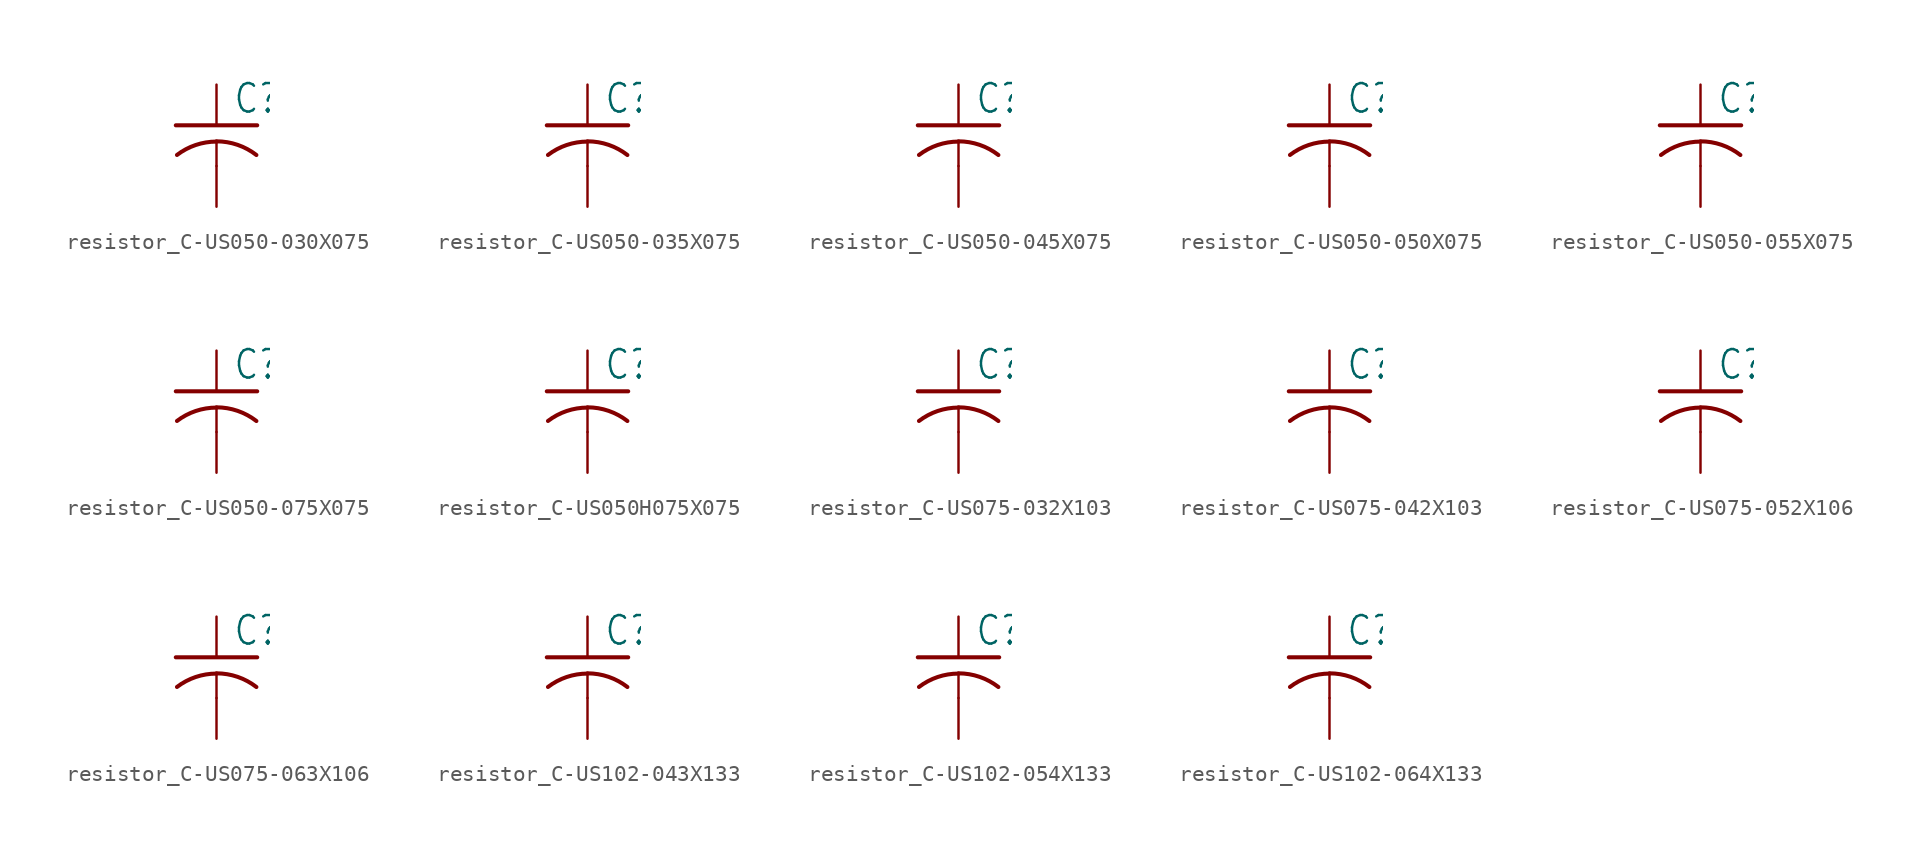
<source format=kicad_sym>
(kicad_symbol_lib
  (version 20231120)
  (generator "kicad_symbol_editor")
  (generator_version "8.0")
  (symbol "resistor_C-US050-030X075"
    (property "Reference" "C"
      (at 1.016 0.635 0)
      (effects (font (size 1.778 1.511)) (justify left bottom)))
    (property "Value" ""
      (at 1.016 -4.191 0)
      (effects (font (size 1.778 1.511)) (justify left bottom)))
    (property "ki_locked" ""
      (at 0 0 0)
      (effects (font (size 1.27 1.27))))
    (symbol "resistor_C-US050-030X075_1_0"
      (arc (start 0 -1.0161) (mid -1.302 -1.2303) (end -2.4668 -1.8504) (stroke (width 0.254) (type solid)) (fill (type none)))
      (polyline (pts (xy -2.54 0) (xy 2.54 0)) (stroke (width 0.254) (type solid)) (fill (type none)))
      (polyline (pts (xy 0 -1.016) (xy 0 -2.54)) (stroke (width 0.152) (type solid)) (fill (type none)))
      (arc (start 2.4892 -1.8541) (mid 1.3158 -1.2194) (end 0 -1) (stroke (width 0.254) (type solid)) (fill (type none)))
      (pin passive line (at 0 2.54 270) (length 2.54) (name "1" (effects (font (size 0 0)))) (number "1" (effects (font (size 0 0)))))
      (pin passive line (at 0 -5.08 90) (length 2.54) (name "2" (effects (font (size 0 0)))) (number "2" (effects (font (size 0 0)))))))
  (symbol "resistor_C-US050-035X075"
    (property "Reference" "C"
      (at 1.016 0.635 0)
      (effects (font (size 1.778 1.511)) (justify left bottom)))
    (property "Value" ""
      (at 1.016 -4.191 0)
      (effects (font (size 1.778 1.511)) (justify left bottom)))
    (property "ki_locked" ""
      (at 0 0 0)
      (effects (font (size 1.27 1.27))))
    (symbol "resistor_C-US050-035X075_1_0"
      (arc (start 0 -1.0161) (mid -1.302 -1.2303) (end -2.4668 -1.8504) (stroke (width 0.254) (type solid)) (fill (type none)))
      (polyline (pts (xy -2.54 0) (xy 2.54 0)) (stroke (width 0.254) (type solid)) (fill (type none)))
      (polyline (pts (xy 0 -1.016) (xy 0 -2.54)) (stroke (width 0.152) (type solid)) (fill (type none)))
      (arc (start 2.4892 -1.8541) (mid 1.3158 -1.2194) (end 0 -1) (stroke (width 0.254) (type solid)) (fill (type none)))
      (pin passive line (at 0 2.54 270) (length 2.54) (name "1" (effects (font (size 0 0)))) (number "1" (effects (font (size 0 0)))))
      (pin passive line (at 0 -5.08 90) (length 2.54) (name "2" (effects (font (size 0 0)))) (number "2" (effects (font (size 0 0)))))))
  (symbol "resistor_C-US050-045X075"
    (property "Reference" "C"
      (at 1.016 0.635 0)
      (effects (font (size 1.778 1.511)) (justify left bottom)))
    (property "Value" ""
      (at 1.016 -4.191 0)
      (effects (font (size 1.778 1.511)) (justify left bottom)))
    (property "ki_locked" ""
      (at 0 0 0)
      (effects (font (size 1.27 1.27))))
    (symbol "resistor_C-US050-045X075_1_0"
      (arc (start 0 -1.0161) (mid -1.302 -1.2303) (end -2.4668 -1.8504) (stroke (width 0.254) (type solid)) (fill (type none)))
      (polyline (pts (xy -2.54 0) (xy 2.54 0)) (stroke (width 0.254) (type solid)) (fill (type none)))
      (polyline (pts (xy 0 -1.016) (xy 0 -2.54)) (stroke (width 0.152) (type solid)) (fill (type none)))
      (arc (start 2.4892 -1.8541) (mid 1.3158 -1.2194) (end 0 -1) (stroke (width 0.254) (type solid)) (fill (type none)))
      (pin passive line (at 0 2.54 270) (length 2.54) (name "1" (effects (font (size 0 0)))) (number "1" (effects (font (size 0 0)))))
      (pin passive line (at 0 -5.08 90) (length 2.54) (name "2" (effects (font (size 0 0)))) (number "2" (effects (font (size 0 0)))))))
  (symbol "resistor_C-US050-050X075"
    (property "Reference" "C"
      (at 1.016 0.635 0)
      (effects (font (size 1.778 1.511)) (justify left bottom)))
    (property "Value" ""
      (at 1.016 -4.191 0)
      (effects (font (size 1.778 1.511)) (justify left bottom)))
    (property "ki_locked" ""
      (at 0 0 0)
      (effects (font (size 1.27 1.27))))
    (symbol "resistor_C-US050-050X075_1_0"
      (arc (start 0 -1.0161) (mid -1.302 -1.2303) (end -2.4668 -1.8504) (stroke (width 0.254) (type solid)) (fill (type none)))
      (polyline (pts (xy -2.54 0) (xy 2.54 0)) (stroke (width 0.254) (type solid)) (fill (type none)))
      (polyline (pts (xy 0 -1.016) (xy 0 -2.54)) (stroke (width 0.152) (type solid)) (fill (type none)))
      (arc (start 2.4892 -1.8541) (mid 1.3158 -1.2194) (end 0 -1) (stroke (width 0.254) (type solid)) (fill (type none)))
      (pin passive line (at 0 2.54 270) (length 2.54) (name "1" (effects (font (size 0 0)))) (number "1" (effects (font (size 0 0)))))
      (pin passive line (at 0 -5.08 90) (length 2.54) (name "2" (effects (font (size 0 0)))) (number "2" (effects (font (size 0 0)))))))
  (symbol "resistor_C-US050-055X075"
    (property "Reference" "C"
      (at 1.016 0.635 0)
      (effects (font (size 1.778 1.511)) (justify left bottom)))
    (property "Value" ""
      (at 1.016 -4.191 0)
      (effects (font (size 1.778 1.511)) (justify left bottom)))
    (property "ki_locked" ""
      (at 0 0 0)
      (effects (font (size 1.27 1.27))))
    (symbol "resistor_C-US050-055X075_1_0"
      (arc (start 0 -1.0161) (mid -1.302 -1.2303) (end -2.4668 -1.8504) (stroke (width 0.254) (type solid)) (fill (type none)))
      (polyline (pts (xy -2.54 0) (xy 2.54 0)) (stroke (width 0.254) (type solid)) (fill (type none)))
      (polyline (pts (xy 0 -1.016) (xy 0 -2.54)) (stroke (width 0.152) (type solid)) (fill (type none)))
      (arc (start 2.4892 -1.8541) (mid 1.3158 -1.2194) (end 0 -1) (stroke (width 0.254) (type solid)) (fill (type none)))
      (pin passive line (at 0 2.54 270) (length 2.54) (name "1" (effects (font (size 0 0)))) (number "1" (effects (font (size 0 0)))))
      (pin passive line (at 0 -5.08 90) (length 2.54) (name "2" (effects (font (size 0 0)))) (number "2" (effects (font (size 0 0)))))))
  (symbol "resistor_C-US050-075X075"
    (property "Reference" "C"
      (at 1.016 0.635 0)
      (effects (font (size 1.778 1.511)) (justify left bottom)))
    (property "Value" ""
      (at 1.016 -4.191 0)
      (effects (font (size 1.778 1.511)) (justify left bottom)))
    (property "ki_locked" ""
      (at 0 0 0)
      (effects (font (size 1.27 1.27))))
    (symbol "resistor_C-US050-075X075_1_0"
      (arc (start 0 -1.0161) (mid -1.302 -1.2303) (end -2.4668 -1.8504) (stroke (width 0.254) (type solid)) (fill (type none)))
      (polyline (pts (xy -2.54 0) (xy 2.54 0)) (stroke (width 0.254) (type solid)) (fill (type none)))
      (polyline (pts (xy 0 -1.016) (xy 0 -2.54)) (stroke (width 0.152) (type solid)) (fill (type none)))
      (arc (start 2.4892 -1.8541) (mid 1.3158 -1.2194) (end 0 -1) (stroke (width 0.254) (type solid)) (fill (type none)))
      (pin passive line (at 0 2.54 270) (length 2.54) (name "1" (effects (font (size 0 0)))) (number "1" (effects (font (size 0 0)))))
      (pin passive line (at 0 -5.08 90) (length 2.54) (name "2" (effects (font (size 0 0)))) (number "2" (effects (font (size 0 0)))))))
  (symbol "resistor_C-US050H075X075"
    (property "Reference" "C"
      (at 1.016 0.635 0)
      (effects (font (size 1.778 1.511)) (justify left bottom)))
    (property "Value" ""
      (at 1.016 -4.191 0)
      (effects (font (size 1.778 1.511)) (justify left bottom)))
    (property "ki_locked" ""
      (at 0 0 0)
      (effects (font (size 1.27 1.27))))
    (symbol "resistor_C-US050H075X075_1_0"
      (arc (start 0 -1.0161) (mid -1.302 -1.2303) (end -2.4668 -1.8504) (stroke (width 0.254) (type solid)) (fill (type none)))
      (polyline (pts (xy -2.54 0) (xy 2.54 0)) (stroke (width 0.254) (type solid)) (fill (type none)))
      (polyline (pts (xy 0 -1.016) (xy 0 -2.54)) (stroke (width 0.152) (type solid)) (fill (type none)))
      (arc (start 2.4892 -1.8541) (mid 1.3158 -1.2194) (end 0 -1) (stroke (width 0.254) (type solid)) (fill (type none)))
      (pin passive line (at 0 2.54 270) (length 2.54) (name "1" (effects (font (size 0 0)))) (number "1" (effects (font (size 0 0)))))
      (pin passive line (at 0 -5.08 90) (length 2.54) (name "2" (effects (font (size 0 0)))) (number "2" (effects (font (size 0 0)))))))
  (symbol "resistor_C-US075-032X103"
    (property "Reference" "C"
      (at 1.016 0.635 0)
      (effects (font (size 1.778 1.511)) (justify left bottom)))
    (property "Value" ""
      (at 1.016 -4.191 0)
      (effects (font (size 1.778 1.511)) (justify left bottom)))
    (property "ki_locked" ""
      (at 0 0 0)
      (effects (font (size 1.27 1.27))))
    (symbol "resistor_C-US075-032X103_1_0"
      (arc (start 0 -1.0161) (mid -1.302 -1.2303) (end -2.4668 -1.8504) (stroke (width 0.254) (type solid)) (fill (type none)))
      (polyline (pts (xy -2.54 0) (xy 2.54 0)) (stroke (width 0.254) (type solid)) (fill (type none)))
      (polyline (pts (xy 0 -1.016) (xy 0 -2.54)) (stroke (width 0.152) (type solid)) (fill (type none)))
      (arc (start 2.4892 -1.8541) (mid 1.3158 -1.2194) (end 0 -1) (stroke (width 0.254) (type solid)) (fill (type none)))
      (pin passive line (at 0 2.54 270) (length 2.54) (name "1" (effects (font (size 0 0)))) (number "1" (effects (font (size 0 0)))))
      (pin passive line (at 0 -5.08 90) (length 2.54) (name "2" (effects (font (size 0 0)))) (number "2" (effects (font (size 0 0)))))))
  (symbol "resistor_C-US075-042X103"
    (property "Reference" "C"
      (at 1.016 0.635 0)
      (effects (font (size 1.778 1.511)) (justify left bottom)))
    (property "Value" ""
      (at 1.016 -4.191 0)
      (effects (font (size 1.778 1.511)) (justify left bottom)))
    (property "ki_locked" ""
      (at 0 0 0)
      (effects (font (size 1.27 1.27))))
    (symbol "resistor_C-US075-042X103_1_0"
      (arc (start 0 -1.0161) (mid -1.302 -1.2303) (end -2.4668 -1.8504) (stroke (width 0.254) (type solid)) (fill (type none)))
      (polyline (pts (xy -2.54 0) (xy 2.54 0)) (stroke (width 0.254) (type solid)) (fill (type none)))
      (polyline (pts (xy 0 -1.016) (xy 0 -2.54)) (stroke (width 0.152) (type solid)) (fill (type none)))
      (arc (start 2.4892 -1.8541) (mid 1.3158 -1.2194) (end 0 -1) (stroke (width 0.254) (type solid)) (fill (type none)))
      (pin passive line (at 0 2.54 270) (length 2.54) (name "1" (effects (font (size 0 0)))) (number "1" (effects (font (size 0 0)))))
      (pin passive line (at 0 -5.08 90) (length 2.54) (name "2" (effects (font (size 0 0)))) (number "2" (effects (font (size 0 0)))))))
  (symbol "resistor_C-US075-052X106"
    (property "Reference" "C"
      (at 1.016 0.635 0)
      (effects (font (size 1.778 1.511)) (justify left bottom)))
    (property "Value" ""
      (at 1.016 -4.191 0)
      (effects (font (size 1.778 1.511)) (justify left bottom)))
    (property "ki_locked" ""
      (at 0 0 0)
      (effects (font (size 1.27 1.27))))
    (symbol "resistor_C-US075-052X106_1_0"
      (arc (start 0 -1.0161) (mid -1.302 -1.2303) (end -2.4668 -1.8504) (stroke (width 0.254) (type solid)) (fill (type none)))
      (polyline (pts (xy -2.54 0) (xy 2.54 0)) (stroke (width 0.254) (type solid)) (fill (type none)))
      (polyline (pts (xy 0 -1.016) (xy 0 -2.54)) (stroke (width 0.152) (type solid)) (fill (type none)))
      (arc (start 2.4892 -1.8541) (mid 1.3158 -1.2194) (end 0 -1) (stroke (width 0.254) (type solid)) (fill (type none)))
      (pin passive line (at 0 2.54 270) (length 2.54) (name "1" (effects (font (size 0 0)))) (number "1" (effects (font (size 0 0)))))
      (pin passive line (at 0 -5.08 90) (length 2.54) (name "2" (effects (font (size 0 0)))) (number "2" (effects (font (size 0 0)))))))
  (symbol "resistor_C-US075-063X106"
    (property "Reference" "C"
      (at 1.016 0.635 0)
      (effects (font (size 1.778 1.511)) (justify left bottom)))
    (property "Value" ""
      (at 1.016 -4.191 0)
      (effects (font (size 1.778 1.511)) (justify left bottom)))
    (property "ki_locked" ""
      (at 0 0 0)
      (effects (font (size 1.27 1.27))))
    (symbol "resistor_C-US075-063X106_1_0"
      (arc (start 0 -1.0161) (mid -1.302 -1.2303) (end -2.4668 -1.8504) (stroke (width 0.254) (type solid)) (fill (type none)))
      (polyline (pts (xy -2.54 0) (xy 2.54 0)) (stroke (width 0.254) (type solid)) (fill (type none)))
      (polyline (pts (xy 0 -1.016) (xy 0 -2.54)) (stroke (width 0.152) (type solid)) (fill (type none)))
      (arc (start 2.4892 -1.8541) (mid 1.3158 -1.2194) (end 0 -1) (stroke (width 0.254) (type solid)) (fill (type none)))
      (pin passive line (at 0 2.54 270) (length 2.54) (name "1" (effects (font (size 0 0)))) (number "1" (effects (font (size 0 0)))))
      (pin passive line (at 0 -5.08 90) (length 2.54) (name "2" (effects (font (size 0 0)))) (number "2" (effects (font (size 0 0)))))))
  (symbol "resistor_C-US102-043X133"
    (property "Reference" "C"
      (at 1.016 0.635 0)
      (effects (font (size 1.778 1.511)) (justify left bottom)))
    (property "Value" ""
      (at 1.016 -4.191 0)
      (effects (font (size 1.778 1.511)) (justify left bottom)))
    (property "ki_locked" ""
      (at 0 0 0)
      (effects (font (size 1.27 1.27))))
    (symbol "resistor_C-US102-043X133_1_0"
      (arc (start 0 -1.0161) (mid -1.302 -1.2303) (end -2.4668 -1.8504) (stroke (width 0.254) (type solid)) (fill (type none)))
      (polyline (pts (xy -2.54 0) (xy 2.54 0)) (stroke (width 0.254) (type solid)) (fill (type none)))
      (polyline (pts (xy 0 -1.016) (xy 0 -2.54)) (stroke (width 0.152) (type solid)) (fill (type none)))
      (arc (start 2.4892 -1.8541) (mid 1.3158 -1.2194) (end 0 -1) (stroke (width 0.254) (type solid)) (fill (type none)))
      (pin passive line (at 0 2.54 270) (length 2.54) (name "1" (effects (font (size 0 0)))) (number "1" (effects (font (size 0 0)))))
      (pin passive line (at 0 -5.08 90) (length 2.54) (name "2" (effects (font (size 0 0)))) (number "2" (effects (font (size 0 0)))))))
  (symbol "resistor_C-US102-054X133"
    (property "Reference" "C"
      (at 1.016 0.635 0)
      (effects (font (size 1.778 1.511)) (justify left bottom)))
    (property "Value" ""
      (at 1.016 -4.191 0)
      (effects (font (size 1.778 1.511)) (justify left bottom)))
    (property "ki_locked" ""
      (at 0 0 0)
      (effects (font (size 1.27 1.27))))
    (symbol "resistor_C-US102-054X133_1_0"
      (arc (start 0 -1.0161) (mid -1.302 -1.2303) (end -2.4668 -1.8504) (stroke (width 0.254) (type solid)) (fill (type none)))
      (polyline (pts (xy -2.54 0) (xy 2.54 0)) (stroke (width 0.254) (type solid)) (fill (type none)))
      (polyline (pts (xy 0 -1.016) (xy 0 -2.54)) (stroke (width 0.152) (type solid)) (fill (type none)))
      (arc (start 2.4892 -1.8541) (mid 1.3158 -1.2194) (end 0 -1) (stroke (width 0.254) (type solid)) (fill (type none)))
      (pin passive line (at 0 2.54 270) (length 2.54) (name "1" (effects (font (size 0 0)))) (number "1" (effects (font (size 0 0)))))
      (pin passive line (at 0 -5.08 90) (length 2.54) (name "2" (effects (font (size 0 0)))) (number "2" (effects (font (size 0 0)))))))
  (symbol "resistor_C-US102-064X133"
    (property "Reference" "C"
      (at 1.016 0.635 0)
      (effects (font (size 1.778 1.511)) (justify left bottom)))
    (property "Value" ""
      (at 1.016 -4.191 0)
      (effects (font (size 1.778 1.511)) (justify left bottom)))
    (property "ki_locked" ""
      (at 0 0 0)
      (effects (font (size 1.27 1.27))))
    (symbol "resistor_C-US102-064X133_1_0"
      (arc (start 0 -1.0161) (mid -1.302 -1.2303) (end -2.4668 -1.8504) (stroke (width 0.254) (type solid)) (fill (type none)))
      (polyline (pts (xy -2.54 0) (xy 2.54 0)) (stroke (width 0.254) (type solid)) (fill (type none)))
      (polyline (pts (xy 0 -1.016) (xy 0 -2.54)) (stroke (width 0.152) (type solid)) (fill (type none)))
      (arc (start 2.4892 -1.8541) (mid 1.3158 -1.2194) (end 0 -1) (stroke (width 0.254) (type solid)) (fill (type none)))
      (pin passive line (at 0 2.54 270) (length 2.54) (name "1" (effects (font (size 0 0)))) (number "1" (effects (font (size 0 0)))))
      (pin passive line (at 0 -5.08 90) (length 2.54) (name "2" (effects (font (size 0 0)))) (number "2" (effects (font (size 0 0))))))))
</source>
